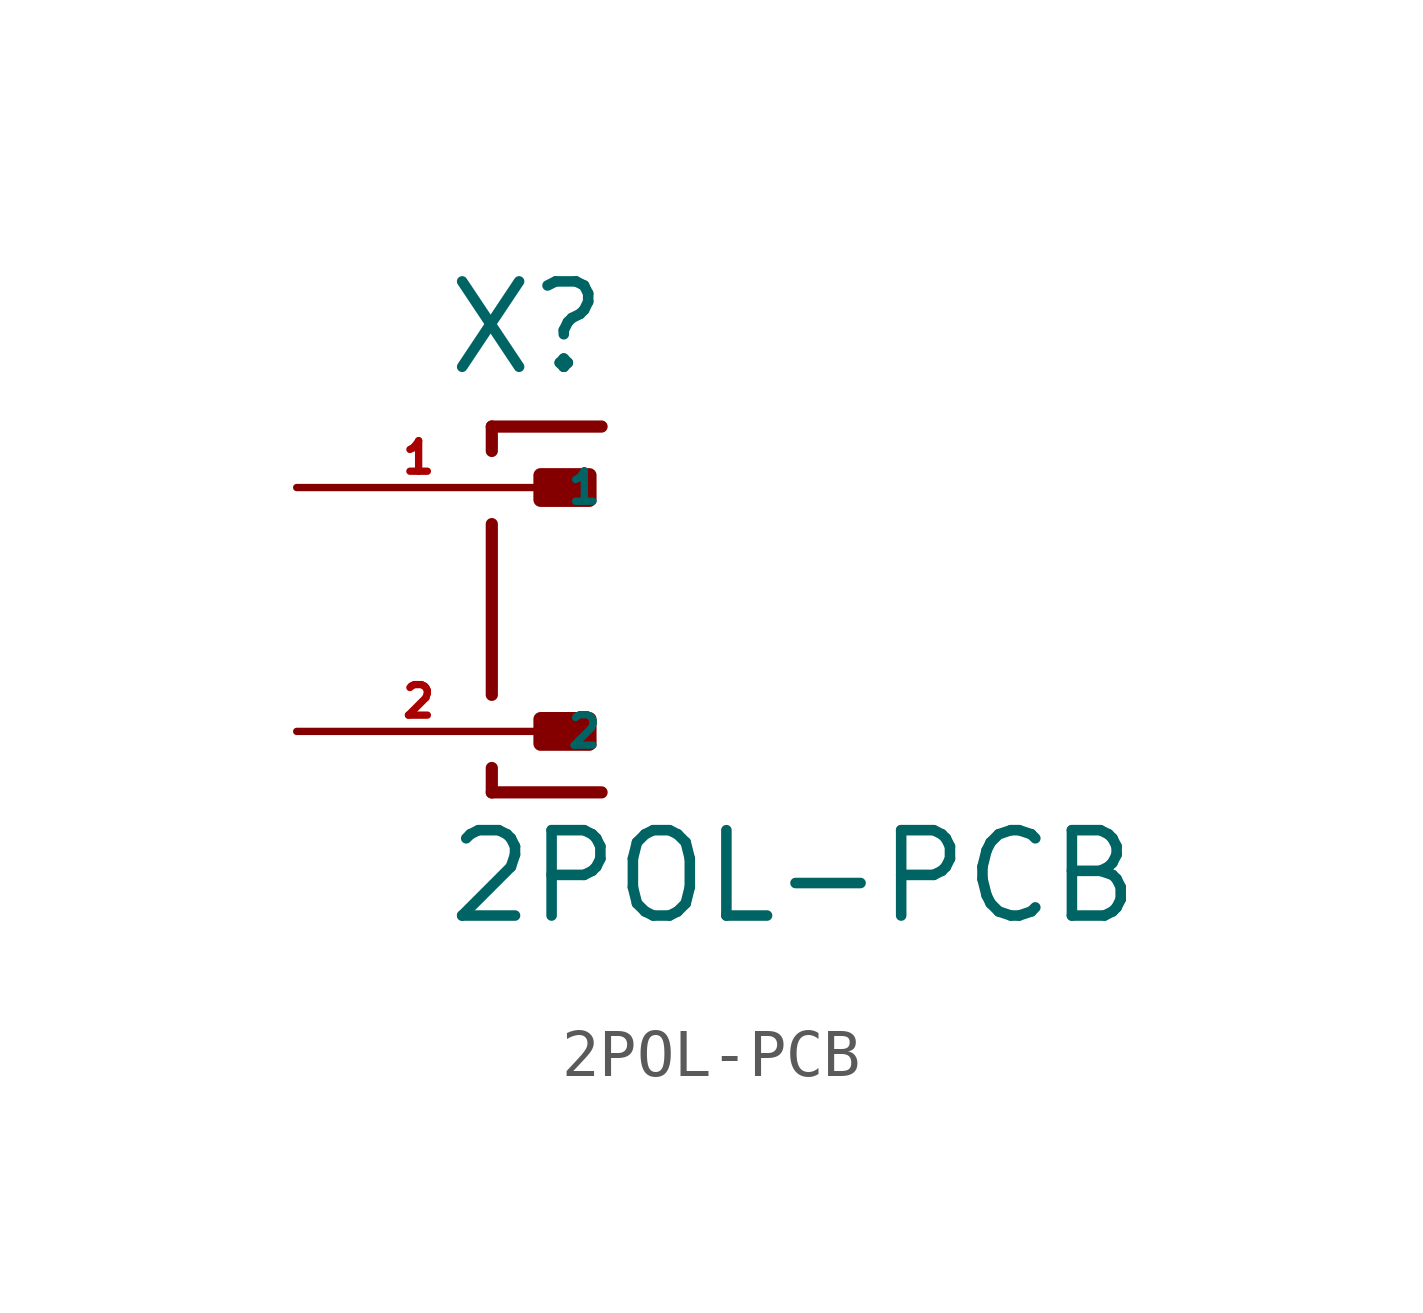
<source format=kicad_sym>
(kicad_symbol_lib
  (version 20220914)
  (generator Eagle2Kicad)
  (symbol "2POL-PCB"
    (property "Reference" "X"
      (at -2.032 4.826 0)
      (effects (font (size 1.778 1.778) (thickness 0.22)) (justify left bottom)))
    (property "Value" "2POL-PCB"
      (at -2.032 -6.604 0)
      (effects (font (size 1.778 1.778) (thickness 0.22)) (justify left bottom)))
    (polyline
      (pts (xy 1.27 3.81) (xy -1.016 3.81))
      (stroke (width 0.254) (type default))
      (fill (type none)))
    (polyline
      (pts (xy -1.016 3.81) (xy -1.016 3.302))
      (stroke (width 0.254) (type default))
      (fill (type none)))
    (polyline
      (pts (xy -1.016 1.778) (xy -1.016 -1.778))
      (stroke (width 0.254) (type default))
      (fill (type none)))
    (polyline
      (pts (xy -1.016 -3.302) (xy -1.016 -3.81))
      (stroke (width 0.254) (type default))
      (fill (type none)))
    (polyline
      (pts (xy -1.016 -3.81) (xy 1.27 -3.81))
      (stroke (width 0.254) (type default))
      (fill (type none)))
    (rectangle
      (start 0 2.286)
      (end 1.016 2.794)
      (stroke (width 0.3) (type default))
      (fill (type outline)))
    (rectangle
      (start 0 -2.794)
      (end 1.016 -2.286)
      (stroke (width 0.3) (type default))
      (fill (type outline)))
    (pin passive line
      (at -5.08 2.54 0)
      (length 5.08)
      (name "1" (effects (font (size 0.635 0.635) (thickness 0.08)) (justify left bottom)))
      (number "1" (effects (font (size 0.635 0.635) (thickness 0.08)) (justify left bottom))))
    (pin passive line
      (at -5.08 -2.54 0)
      (length 5.08)
      (name "2" (effects (font (size 0.635 0.635) (thickness 0.08)) (justify left bottom)))
      (number "2" (effects (font (size 0.635 0.635) (thickness 0.08)) (justify left bottom))))))
</source>
